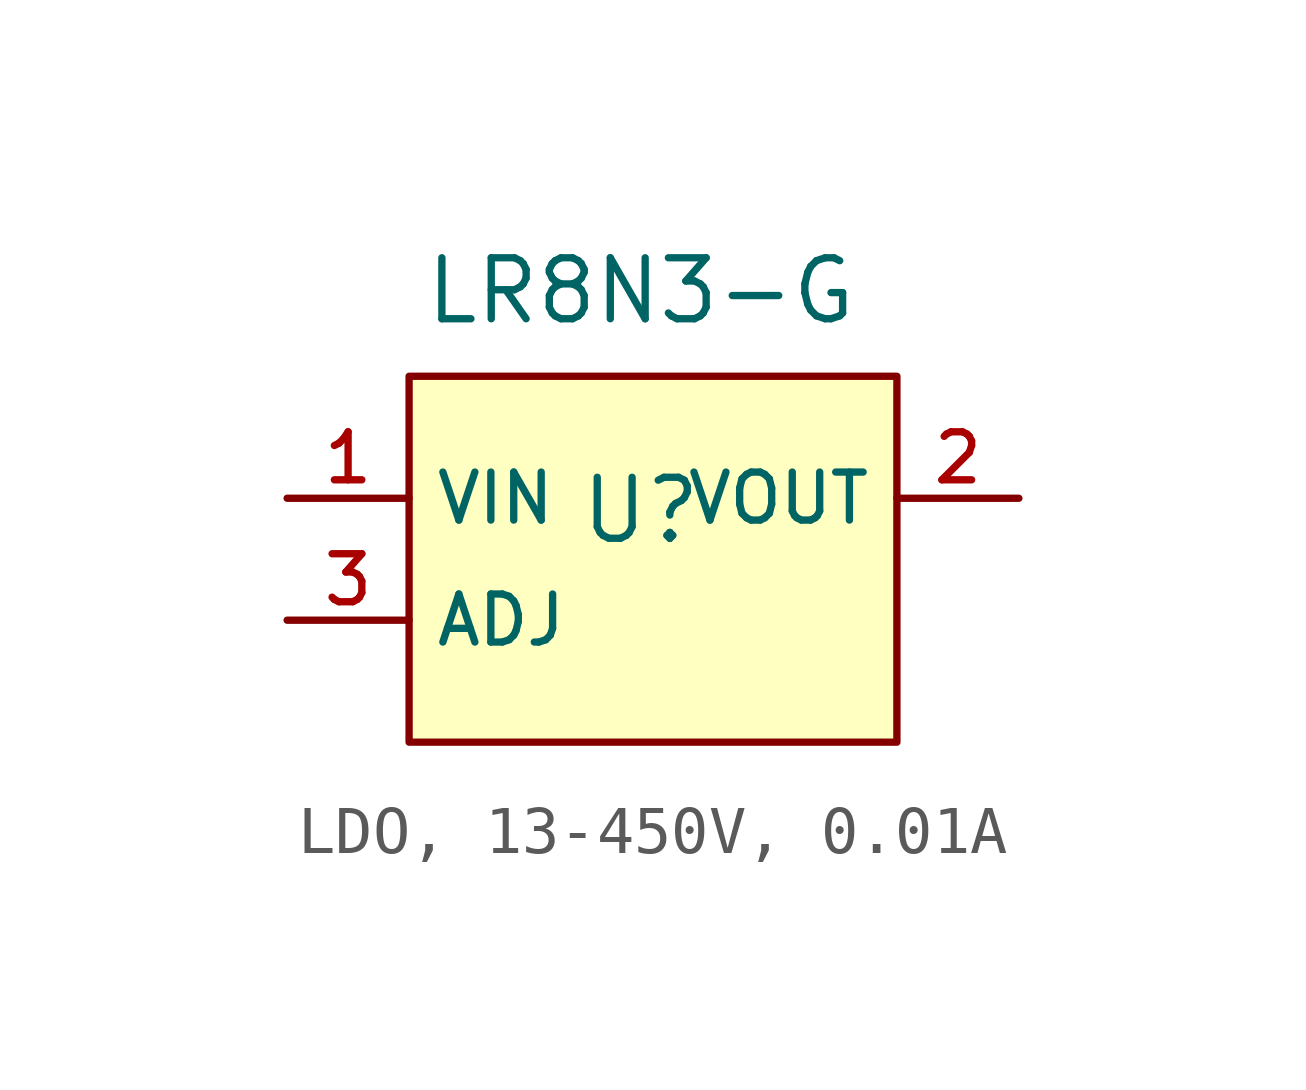
<source format=kicad_sym>
(kicad_symbol_lib
  (version 20231120)
  (generator "CDFER_Archive_Tool")
  (generator_version "0.0")
  (symbol "LDO, 13-450V, 0.01A"
    (property "Reference" "U"
      (at -0.254 2.286 0)
      (effects (font (size 1.27 1.27))))
    (property "Value" "LR8N3-G"
      (at -0.254 6.858 0)
      (effects (font (size 1.27 1.27))))
    (symbol "LDO, 13-450V, 0.01A_0_1"
      (rectangle (start -5.08 5.08) (end 5.08 -2.54) (stroke (width 0) (type default)) (fill (type background)))
      (pin unspecified line (at -7.62 2.54 0) (length 2.54) (name "VIN" (effects (font (size 1 1)))) (number "1" (effects (font (size 1 1)))))
      (pin unspecified line (at 7.62 2.54 180) (length 2.54) (name "VOUT" (effects (font (size 1 1)))) (number "2" (effects (font (size 1 1)))))
      (pin unspecified line (at -7.62 0 0) (length 2.54) (name "ADJ" (effects (font (size 1 1)))) (number "3" (effects (font (size 1 1))))))))
</source>
